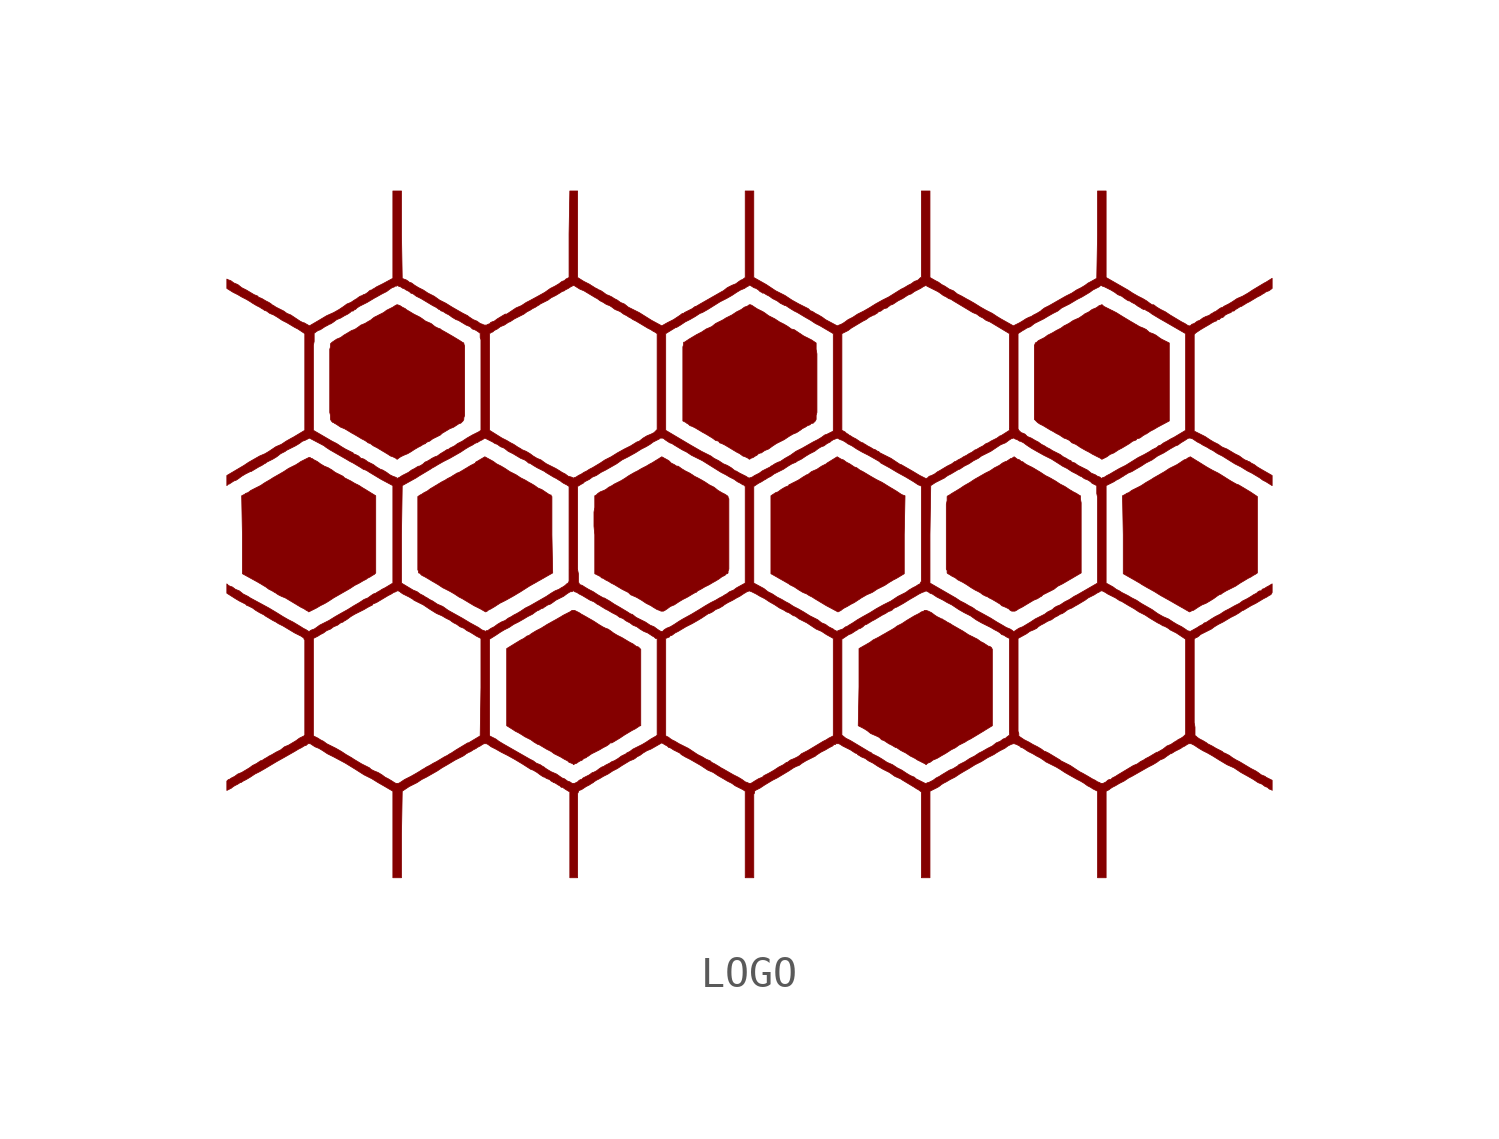
<source format=kicad_sym>
(kicad_symbol_lib
  (version 20220914)
  (generator kicad_symbol_editor)
  (symbol "LOGO"
    (pin_names
      (offset 1.016))
    (property "Reference" "#G"
      (at 0 -10.414 0)
      (effects (font (size 1.524 1.524)) hide))
    (symbol "LOGO_0_0"
      (polyline (pts (xy 14.453 -2.489) (xy 14.478 -2.489) (xy 14.63 -2.388) (xy 14.757 -2.311) (xy 14.884 -2.261) (xy 15.138 -2.108) (xy 15.24 -2.032) (xy 15.316 -1.981) (xy 15.392 -1.956) (xy 15.418 -1.93) (xy 15.545 -1.854) (xy 15.85 -1.702) (xy 16.002 -1.6) (xy 16.256 -1.448) (xy 16.358 -1.397) (xy 16.434 -1.346) (xy 16.485 -1.321) (xy 16.561 -1.27) (xy 16.561 1.219) (xy 16.332 1.372) (xy 15.951 1.6) (xy 15.875 1.626) (xy 15.697 1.727) (xy 15.291 1.981) (xy 15.088 2.083) (xy 14.91 2.184) (xy 14.376 2.515) (xy 14.275 2.464) (xy 14.249 2.438) (xy 14.173 2.413) (xy 13.945 2.261) (xy 13.691 2.134) (xy 13.538 2.032) (xy 13.183 1.829) (xy 13.106 1.778) (xy 12.929 1.676) (xy 12.776 1.575) (xy 12.471 1.422) (xy 12.37 1.346) (xy 12.294 1.321) (xy 12.268 1.295) (xy 12.167 1.245) (xy 12.192 -0.025) (xy 12.192 -1.295) (xy 12.725 -1.6) (xy 12.802 -1.651) (xy 12.979 -1.753) (xy 13.208 -1.88) (xy 13.411 -2.007) (xy 13.64 -2.134) (xy 14.351 -2.54) (xy 14.453 -2.489)) (stroke (width 0.025) (type solid)) (fill (type outline)))
      (polyline (pts (xy 2.997 -2.489) (xy 3.023 -2.464) (xy 3.099 -2.413) (xy 3.2 -2.362) (xy 3.327 -2.286) (xy 3.429 -2.235) (xy 3.658 -2.083) (xy 3.835 -1.981) (xy 4.013 -1.905) (xy 4.166 -1.803) (xy 4.42 -1.676) (xy 4.572 -1.575) (xy 4.699 -1.499) (xy 4.801 -1.448) (xy 5.055 -1.295) (xy 5.055 -0.025) (xy 5.08 1.245) (xy 5.004 1.27) (xy 4.953 1.295) (xy 4.801 1.397) (xy 4.547 1.549) (xy 4.343 1.676) (xy 4.14 1.778) (xy 3.962 1.88) (xy 3.708 2.032) (xy 3.607 2.083) (xy 3.505 2.159) (xy 3.429 2.184) (xy 3.277 2.286) (xy 3.175 2.337) (xy 3.073 2.413) (xy 2.997 2.438) (xy 2.87 2.515) (xy 2.54 2.311) (xy 2.515 2.286) (xy 2.362 2.21) (xy 2.21 2.108) (xy 2.032 2.032) (xy 1.905 1.93) (xy 1.88 1.93) (xy 1.753 1.854) (xy 1.6 1.753) (xy 1.295 1.6) (xy 1.295 1.575) (xy 1.168 1.524) (xy 1.041 1.448) (xy 0.94 1.372) (xy 0.864 1.346) (xy 0.711 1.245) (xy 0.711 -1.295) (xy 1.295 -1.626) (xy 1.321 -1.651) (xy 1.473 -1.727) (xy 1.626 -1.829) (xy 1.753 -1.905) (xy 1.88 -1.956) (xy 1.956 -2.007) (xy 2.057 -2.057) (xy 2.134 -2.108) (xy 2.515 -2.337) (xy 2.896 -2.54) (xy 2.997 -2.489)) (stroke (width 0.025) (type solid)) (fill (type outline)))
      (polyline (pts (xy -14.097 -2.413) (xy -13.97 -2.337) (xy -13.818 -2.261) (xy -13.691 -2.184) (xy -13.538 -2.083) (xy -13.005 -1.778) (xy -12.852 -1.676) (xy -12.7 -1.6) (xy -12.573 -1.524) (xy -12.471 -1.473) (xy -12.446 -1.448) (xy -12.344 -1.397) (xy -12.268 -1.346) (xy -12.217 -1.321) (xy -12.167 -1.27) (xy -12.167 1.245) (xy -12.624 1.524) (xy -12.7 1.575) (xy -12.852 1.651) (xy -12.979 1.727) (xy -13.183 1.829) (xy -13.233 1.88) (xy -13.487 2.007) (xy -13.589 2.083) (xy -13.716 2.159) (xy -13.843 2.21) (xy -13.97 2.286) (xy -14.072 2.362) (xy -14.173 2.413) (xy -14.249 2.464) (xy -14.275 2.464) (xy -14.3 2.489) (xy -14.351 2.489) (xy -14.605 2.362) (xy -14.757 2.261) (xy -15.011 2.134) (xy -15.164 2.032) (xy -15.519 1.829) (xy -15.596 1.778) (xy -15.773 1.676) (xy -15.926 1.575) (xy -16.231 1.422) (xy -16.332 1.346) (xy -16.408 1.321) (xy -16.434 1.295) (xy -16.535 1.245) (xy -16.51 -0.025) (xy -16.51 -1.295) (xy -16.002 -1.575) (xy -15.748 -1.727) (xy -15.646 -1.803) (xy -15.494 -1.88) (xy -15.469 -1.905) (xy -15.443 -1.905) (xy -15.418 -1.93) (xy -15.342 -1.981) (xy -15.24 -2.032) (xy -15.113 -2.083) (xy -14.605 -2.388) (xy -14.503 -2.438) (xy -14.427 -2.489) (xy -14.376 -2.515) (xy -14.351 -2.54) (xy -14.097 -2.413)) (stroke (width 0.025) (type solid)) (fill (type outline)))
      (polyline (pts (xy -8.534 -2.515) (xy -8.509 -2.489) (xy -8.407 -2.438) (xy -8.28 -2.362) (xy -8.128 -2.261) (xy -7.925 -2.159) (xy -7.696 -2.032) (xy -7.442 -1.88) (xy -7.163 -1.702) (xy -6.401 -1.27) (xy -6.426 -0.025) (xy -6.426 1.219) (xy -6.452 1.245) (xy -6.452 1.27) (xy -6.477 1.27) (xy -6.528 1.295) (xy -6.756 1.448) (xy -6.883 1.499) (xy -6.985 1.575) (xy -7.112 1.651) (xy -7.163 1.676) (xy -7.29 1.753) (xy -7.442 1.829) (xy -7.595 1.93) (xy -7.798 2.032) (xy -7.95 2.134) (xy -8.077 2.21) (xy -8.23 2.286) (xy -8.331 2.362) (xy -8.611 2.515) (xy -8.915 2.337) (xy -8.915 2.311) (xy -9.068 2.235) (xy -9.449 2.007) (xy -9.525 1.981) (xy -9.601 1.93) (xy -9.652 1.905) (xy -9.677 1.88) (xy -9.83 1.803) (xy -9.906 1.753) (xy -10.008 1.702) (xy -10.389 1.473) (xy -10.49 1.397) (xy -10.592 1.346) (xy -10.668 1.295) (xy -10.719 1.27) (xy -10.795 1.219) (xy -10.795 -1.168) (xy -10.77 -1.219) (xy -10.77 -1.27) (xy -10.744 -1.27) (xy -10.668 -1.346) (xy -10.566 -1.397) (xy -10.312 -1.549) (xy -10.135 -1.651) (xy -9.982 -1.753) (xy -9.779 -1.854) (xy -9.601 -1.956) (xy -9.449 -2.057) (xy -9.347 -2.108) (xy -8.966 -2.337) (xy -8.763 -2.438) (xy -8.585 -2.54) (xy -8.534 -2.515)) (stroke (width 0.025) (type solid)) (fill (type outline)))
      (polyline (pts (xy 5.817 -7.468) (xy 5.893 -7.442) (xy 5.994 -7.366) (xy 6.121 -7.315) (xy 6.248 -7.239) (xy 6.426 -7.137) (xy 6.579 -7.036) (xy 6.731 -6.96) (xy 6.833 -6.883) (xy 7.036 -6.782) (xy 7.112 -6.731) (xy 7.214 -6.68) (xy 7.468 -6.528) (xy 7.925 -6.248) (xy 7.925 -3.759) (xy 7.899 -3.708) (xy 7.874 -3.683) (xy 7.823 -3.658) (xy 7.798 -3.658) (xy 7.645 -3.556) (xy 7.544 -3.505) (xy 7.442 -3.429) (xy 7.137 -3.277) (xy 6.985 -3.175) (xy 6.629 -2.972) (xy 6.553 -2.921) (xy 6.452 -2.87) (xy 6.375 -2.819) (xy 6.325 -2.794) (xy 6.299 -2.794) (xy 6.299 -2.769) (xy 6.274 -2.769) (xy 6.121 -2.692) (xy 6.045 -2.642) (xy 5.944 -2.565) (xy 5.842 -2.515) (xy 5.766 -2.489) (xy 5.715 -2.489) (xy 5.69 -2.515) (xy 5.613 -2.54) (xy 5.537 -2.591) (xy 5.385 -2.667) (xy 5.131 -2.819) (xy 4.978 -2.921) (xy 4.826 -2.997) (xy 4.724 -3.073) (xy 4.191 -3.378) (xy 4.039 -3.454) (xy 3.937 -3.531) (xy 3.581 -3.734) (xy 3.581 -4.978) (xy 3.556 -6.248) (xy 3.708 -6.325) (xy 3.835 -6.401) (xy 3.962 -6.502) (xy 4.14 -6.579) (xy 4.242 -6.629) (xy 4.318 -6.706) (xy 4.394 -6.731) (xy 4.547 -6.833) (xy 4.648 -6.883) (xy 4.775 -6.96) (xy 4.801 -6.96) (xy 4.953 -7.061) (xy 5.105 -7.137) (xy 5.258 -7.239) (xy 5.41 -7.315) (xy 5.486 -7.366) (xy 5.74 -7.493) (xy 5.766 -7.518) (xy 5.817 -7.468)) (stroke (width 0.025) (type solid)) (fill (type outline)))
      (polyline (pts (xy 8.712 -2.489) (xy 8.788 -2.438) (xy 8.89 -2.388) (xy 9.271 -2.159) (xy 9.398 -2.108) (xy 9.474 -2.057) (xy 9.525 -2.032) (xy 9.576 -1.981) (xy 9.931 -1.803) (xy 10.058 -1.702) (xy 10.211 -1.626) (xy 10.82 -1.27) (xy 10.82 1.016) (xy 10.795 1.143) (xy 10.795 1.245) (xy 10.744 1.27) (xy 10.668 1.321) (xy 10.566 1.372) (xy 10.439 1.448) (xy 10.287 1.549) (xy 10.135 1.626) (xy 9.982 1.727) (xy 9.804 1.829) (xy 9.652 1.905) (xy 9.5 2.007) (xy 9.246 2.159) (xy 9.042 2.261) (xy 8.966 2.311) (xy 8.941 2.337) (xy 8.89 2.362) (xy 8.865 2.362) (xy 8.814 2.413) (xy 8.738 2.438) (xy 8.636 2.515) (xy 8.56 2.464) (xy 8.534 2.464) (xy 8.382 2.362) (xy 8.357 2.362) (xy 8.255 2.311) (xy 8.153 2.235) (xy 8.001 2.159) (xy 7.849 2.057) (xy 7.696 1.981) (xy 7.341 1.778) (xy 7.188 1.676) (xy 7.01 1.575) (xy 6.858 1.473) (xy 6.604 1.321) (xy 6.528 1.27) (xy 6.477 1.245) (xy 6.452 1.219) (xy 6.452 1.092) (xy 6.426 0.965) (xy 6.426 -1.143) (xy 6.452 -1.194) (xy 6.452 -1.27) (xy 6.477 -1.295) (xy 6.528 -1.321) (xy 6.604 -1.372) (xy 6.706 -1.422) (xy 6.807 -1.499) (xy 6.96 -1.575) (xy 7.087 -1.651) (xy 7.239 -1.753) (xy 7.366 -1.829) (xy 7.518 -1.905) (xy 7.62 -1.981) (xy 7.722 -2.032) (xy 7.747 -2.032) (xy 7.823 -2.083) (xy 7.925 -2.134) (xy 8.179 -2.286) (xy 8.23 -2.337) (xy 8.357 -2.388) (xy 8.458 -2.438) (xy 8.509 -2.489) (xy 8.56 -2.515) (xy 8.661 -2.515) (xy 8.712 -2.489)) (stroke (width 0.025) (type solid)) (fill (type outline)))
      (polyline (pts (xy -5.69 -7.493) (xy -5.613 -7.468) (xy -5.588 -7.442) (xy -5.537 -7.417) (xy -5.512 -7.391) (xy -5.486 -7.391) (xy -5.436 -7.366) (xy -5.385 -7.315) (xy -5.309 -7.29) (xy -5.258 -7.239) (xy -5.232 -7.239) (xy -5.207 -7.214) (xy -5.131 -7.163) (xy -4.877 -7.036) (xy -4.75 -6.96) (xy -4.648 -6.909) (xy -4.572 -6.858) (xy -4.521 -6.807) (xy -4.47 -6.807) (xy -4.216 -6.655) (xy -4.064 -6.553) (xy -3.81 -6.401) (xy -3.708 -6.35) (xy -3.556 -6.248) (xy -3.531 -6.248) (xy -3.531 -3.759) (xy -3.607 -3.683) (xy -3.683 -3.658) (xy -3.785 -3.581) (xy -3.886 -3.531) (xy -4.14 -3.378) (xy -4.293 -3.302) (xy -4.42 -3.226) (xy -4.521 -3.15) (xy -4.597 -3.099) (xy -4.674 -3.073) (xy -4.775 -3.023) (xy -4.902 -2.946) (xy -5.055 -2.845) (xy -5.41 -2.642) (xy -5.461 -2.616) (xy -5.537 -2.565) (xy -5.69 -2.489) (xy -5.766 -2.489) (xy -5.842 -2.54) (xy -6.045 -2.642) (xy -6.172 -2.718) (xy -6.35 -2.819) (xy -6.579 -2.946) (xy -6.782 -3.073) (xy -6.934 -3.15) (xy -7.061 -3.226) (xy -7.137 -3.277) (xy -7.163 -3.302) (xy -7.239 -3.327) (xy -7.341 -3.404) (xy -7.442 -3.454) (xy -7.569 -3.531) (xy -7.899 -3.734) (xy -7.899 -6.248) (xy -7.696 -6.375) (xy -7.62 -6.426) (xy -7.518 -6.477) (xy -7.391 -6.553) (xy -7.315 -6.604) (xy -7.112 -6.706) (xy -7.01 -6.782) (xy -6.883 -6.858) (xy -6.858 -6.858) (xy -6.604 -7.01) (xy -6.452 -7.087) (xy -6.35 -7.163) (xy -6.147 -7.264) (xy -6.02 -7.341) (xy -5.918 -7.391) (xy -5.867 -7.442) (xy -5.791 -7.468) (xy -5.74 -7.493) (xy -5.715 -7.518) (xy -5.69 -7.493)) (stroke (width 0.025) (type solid)) (fill (type outline)))
      (polyline (pts (xy 11.659 2.515) (xy 11.76 2.591) (xy 11.887 2.642) (xy 12.04 2.743) (xy 12.141 2.794) (xy 12.395 2.946) (xy 12.497 3.023) (xy 12.573 3.048) (xy 12.624 3.073) (xy 12.624 3.099) (xy 12.725 3.124) (xy 12.802 3.175) (xy 12.827 3.2) (xy 12.878 3.226) (xy 12.903 3.251) (xy 12.929 3.251) (xy 13.081 3.353) (xy 13.183 3.404) (xy 13.31 3.48) (xy 13.691 3.683) (xy 13.691 6.223) (xy 13.437 6.35) (xy 13.36 6.401) (xy 13.259 6.477) (xy 13.157 6.528) (xy 13.081 6.553) (xy 13.03 6.579) (xy 12.979 6.629) (xy 12.954 6.629) (xy 12.954 6.655) (xy 12.852 6.706) (xy 12.725 6.756) (xy 12.421 6.934) (xy 12.167 7.087) (xy 11.963 7.214) (xy 11.557 7.417) (xy 11.506 7.468) (xy 11.481 7.468) (xy 11.43 7.442) (xy 11.405 7.442) (xy 11.379 7.417) (xy 11.303 7.366) (xy 11.176 7.315) (xy 11.074 7.239) (xy 10.922 7.163) (xy 10.897 7.137) (xy 10.744 7.036) (xy 10.566 6.96) (xy 10.414 6.858) (xy 10.262 6.782) (xy 10.16 6.706) (xy 10.008 6.629) (xy 9.881 6.553) (xy 9.728 6.477) (xy 9.627 6.401) (xy 9.423 6.299) (xy 9.373 6.248) (xy 9.322 6.223) (xy 9.322 6.198) (xy 9.296 6.147) (xy 9.296 3.734) (xy 9.398 3.632) (xy 9.474 3.581) (xy 9.576 3.531) (xy 9.83 3.378) (xy 9.881 3.353) (xy 10.008 3.277) (xy 10.109 3.226) (xy 10.262 3.124) (xy 10.338 3.099) (xy 10.439 3.048) (xy 10.516 2.972) (xy 10.643 2.921) (xy 10.795 2.819) (xy 10.973 2.718) (xy 11.074 2.667) (xy 11.201 2.591) (xy 11.455 2.464) (xy 11.481 2.438) (xy 11.506 2.438) (xy 11.659 2.515)) (stroke (width 0.025) (type solid)) (fill (type outline)))
      (polyline (pts (xy 0.051 2.464) (xy 0.127 2.489) (xy 0.203 2.54) (xy 0.254 2.565) (xy 0.305 2.616) (xy 0.381 2.642) (xy 0.406 2.642) (xy 0.432 2.667) (xy 0.508 2.718) (xy 0.635 2.769) (xy 0.737 2.845) (xy 0.889 2.946) (xy 1.143 3.073) (xy 1.295 3.175) (xy 1.422 3.251) (xy 1.549 3.302) (xy 1.702 3.404) (xy 1.727 3.429) (xy 1.829 3.48) (xy 1.905 3.531) (xy 1.981 3.556) (xy 2.032 3.607) (xy 2.083 3.607) (xy 2.159 3.683) (xy 2.184 3.734) (xy 2.184 3.861) (xy 2.21 3.962) (xy 2.21 5.867) (xy 2.184 6.02) (xy 2.184 6.223) (xy 2.032 6.325) (xy 1.778 6.452) (xy 1.473 6.655) (xy 1.372 6.68) (xy 1.27 6.756) (xy 1.143 6.833) (xy 0.991 6.909) (xy 0.838 7.01) (xy 0.635 7.112) (xy 0.533 7.188) (xy 0.457 7.239) (xy 0.254 7.341) (xy 0.102 7.442) (xy 0.051 7.468) (xy 0 7.468) (xy -0.025 7.442) (xy -0.076 7.417) (xy -0.152 7.391) (xy -0.254 7.315) (xy -0.406 7.239) (xy -0.559 7.137) (xy -0.762 7.036) (xy -0.838 6.985) (xy -1.092 6.858) (xy -1.219 6.756) (xy -1.397 6.68) (xy -1.549 6.579) (xy -1.702 6.502) (xy -1.956 6.35) (xy -2.108 6.248) (xy -2.134 6.248) (xy -2.134 6.172) (xy -2.159 6.096) (xy -2.159 3.683) (xy -2.057 3.632) (xy -2.032 3.607) (xy -1.981 3.581) (xy -1.93 3.531) (xy -1.854 3.505) (xy -1.753 3.454) (xy -1.499 3.302) (xy -1.448 3.277) (xy -1.194 3.124) (xy -1.092 3.048) (xy -0.991 3.023) (xy -0.965 2.972) (xy -0.889 2.946) (xy -0.787 2.896) (xy -0.406 2.667) (xy -0.305 2.616) (xy -0.203 2.54) (xy -0.127 2.515) (xy -0.025 2.464) (xy 0 2.438) (xy 0.025 2.438) (xy 0.051 2.464)) (stroke (width 0.025) (type solid)) (fill (type outline)))
      (polyline (pts (xy -2.743 -2.489) (xy -2.667 -2.438) (xy -2.565 -2.362) (xy -2.438 -2.311) (xy -2.286 -2.21) (xy -2.159 -2.134) (xy -2.007 -2.057) (xy -1.753 -1.905) (xy -1.727 -1.905) (xy -1.676 -1.854) (xy -1.575 -1.803) (xy -1.448 -1.727) (xy -1.295 -1.651) (xy -1.168 -1.575) (xy -1.118 -1.549) (xy -0.991 -1.473) (xy -0.889 -1.397) (xy -0.787 -1.346) (xy -0.737 -1.295) (xy -0.711 -1.295) (xy -0.686 -1.27) (xy -0.686 -1.219) (xy -0.66 -1.143) (xy -0.66 1.143) (xy -0.686 1.194) (xy -0.686 1.219) (xy -0.711 1.245) (xy -0.787 1.295) (xy -0.889 1.346) (xy -1.016 1.422) (xy -1.143 1.524) (xy -1.295 1.6) (xy -1.448 1.702) (xy -1.626 1.803) (xy -1.778 1.88) (xy -1.93 1.981) (xy -2.083 2.057) (xy -2.21 2.134) (xy -2.311 2.21) (xy -2.362 2.21) (xy -2.438 2.261) (xy -2.54 2.311) (xy -2.616 2.388) (xy -2.845 2.515) (xy -3.175 2.311) (xy -3.226 2.286) (xy -3.353 2.21) (xy -3.505 2.134) (xy -3.632 2.057) (xy -3.734 2.007) (xy -3.912 1.905) (xy -4.064 1.803) (xy -4.191 1.727) (xy -4.394 1.626) (xy -4.47 1.575) (xy -4.572 1.524) (xy -4.674 1.448) (xy -4.724 1.422) (xy -4.851 1.372) (xy -4.928 1.321) (xy -4.978 1.27) (xy -5.029 1.245) (xy -5.029 0.864) (xy -5.055 0.711) (xy -5.055 0.254) (xy -5.029 -0.025) (xy -5.029 -1.295) (xy -4.826 -1.397) (xy -4.826 -1.422) (xy -4.75 -1.448) (xy -4.674 -1.499) (xy -4.572 -1.549) (xy -4.496 -1.6) (xy -4.394 -1.651) (xy -4.14 -1.803) (xy -3.937 -1.905) (xy -3.861 -1.981) (xy -3.683 -2.057) (xy -3.505 -2.159) (xy -3.353 -2.261) (xy -3.2 -2.337) (xy -3.124 -2.388) (xy -2.997 -2.464) (xy -2.921 -2.489) (xy -2.87 -2.515) (xy -2.794 -2.515) (xy -2.743 -2.489)) (stroke (width 0.025) (type solid)) (fill (type outline)))
      (polyline (pts (xy -11.43 2.464) (xy -11.354 2.515) (xy -11.252 2.565) (xy -11.125 2.616) (xy -10.998 2.692) (xy -10.922 2.743) (xy -10.795 2.819) (xy -10.693 2.87) (xy -10.617 2.921) (xy -10.541 2.946) (xy -10.541 2.972) (xy -10.516 2.972) (xy -10.49 2.997) (xy -10.414 3.023) (xy -10.312 3.099) (xy -10.058 3.226) (xy -10.008 3.277) (xy -9.754 3.429) (xy -9.627 3.48) (xy -9.474 3.581) (xy -9.423 3.607) (xy -9.398 3.607) (xy -9.322 3.683) (xy -9.296 3.734) (xy -9.296 3.785) (xy -9.271 3.861) (xy -9.271 6.121) (xy -9.296 6.198) (xy -9.296 6.223) (xy -9.347 6.248) (xy -9.423 6.299) (xy -9.677 6.452) (xy -10.033 6.655) (xy -10.058 6.68) (xy -10.135 6.706) (xy -10.236 6.756) (xy -10.363 6.858) (xy -10.541 6.934) (xy -10.719 7.061) (xy -10.922 7.163) (xy -11.176 7.315) (xy -11.201 7.341) (xy -11.303 7.391) (xy -11.379 7.442) (xy -11.455 7.468) (xy -11.481 7.468) (xy -11.532 7.442) (xy -11.608 7.391) (xy -11.811 7.29) (xy -11.913 7.214) (xy -12.217 7.061) (xy -12.344 6.96) (xy -12.395 6.934) (xy -12.522 6.858) (xy -12.649 6.807) (xy -12.751 6.731) (xy -12.827 6.68) (xy -12.878 6.655) (xy -12.954 6.629) (xy -13.208 6.477) (xy -13.31 6.401) (xy -13.437 6.35) (xy -13.589 6.248) (xy -13.64 6.198) (xy -13.64 6.096) (xy -13.665 6.02) (xy -13.665 3.962) (xy -13.64 3.861) (xy -13.64 3.734) (xy -13.614 3.683) (xy -13.564 3.632) (xy -13.538 3.632) (xy -13.513 3.607) (xy -13.462 3.581) (xy -13.31 3.48) (xy -13.183 3.429) (xy -12.929 3.277) (xy -12.878 3.251) (xy -12.624 3.099) (xy -12.522 3.048) (xy -12.446 2.997) (xy -12.421 2.972) (xy -12.344 2.946) (xy -12.243 2.87) (xy -12.141 2.819) (xy -11.76 2.591) (xy -11.684 2.54) (xy -11.608 2.515) (xy -11.506 2.464) (xy -11.481 2.438) (xy -11.455 2.438) (xy -11.43 2.464)) (stroke (width 0.025) (type solid)) (fill (type outline)))
      (polyline (pts (xy -11.328 -9.804) (xy -11.303 -8.382) (xy -11.074 -8.23) (xy -10.82 -8.103) (xy -10.668 -8.001) (xy -10.516 -7.925) (xy -10.16 -7.722) (xy -10.008 -7.62) (xy -9.83 -7.518) (xy -9.576 -7.366) (xy -9.322 -7.239) (xy -9.246 -7.188) (xy -9.22 -7.163) (xy -9.169 -7.137) (xy -9.144 -7.112) (xy -9.119 -7.112) (xy -9.068 -7.087) (xy -8.992 -7.036) (xy -8.89 -6.985) (xy -8.865 -6.96) (xy -8.763 -6.909) (xy -8.687 -6.858) (xy -8.636 -6.833) (xy -8.56 -6.833) (xy -8.509 -6.858) (xy -8.407 -6.934) (xy -8.255 -7.01) (xy -8.077 -7.112) (xy -7.874 -7.214) (xy -7.645 -7.341) (xy -7.391 -7.493) (xy -7.112 -7.671) (xy -7.036 -7.696) (xy -6.909 -7.772) (xy -6.807 -7.849) (xy -6.731 -7.899) (xy -6.68 -7.925) (xy -6.655 -7.925) (xy -6.629 -7.95) (xy -6.579 -7.976) (xy -6.502 -8.001) (xy -6.452 -8.052) (xy -6.401 -8.077) (xy -6.375 -8.103) (xy -6.35 -8.103) (xy -6.299 -8.128) (xy -6.223 -8.179) (xy -6.172 -8.204) (xy -6.121 -8.255) (xy -6.071 -8.255) (xy -6.045 -8.28) (xy -5.969 -8.331) (xy -5.842 -8.407) (xy -5.842 -11.201) (xy -5.588 -11.201) (xy -5.588 -8.458) (xy -5.563 -8.407) (xy -5.563 -8.382) (xy -5.537 -8.357) (xy -5.461 -8.331) (xy -5.309 -8.23) (xy -5.207 -8.179) (xy -5.131 -8.128) (xy -5.08 -8.103) (xy -5.055 -8.077) (xy -4.978 -8.026) (xy -4.877 -7.976) (xy -4.75 -7.899) (xy -4.597 -7.823) (xy -4.445 -7.722) (xy -4.293 -7.645) (xy -4.14 -7.544) (xy -3.886 -7.391) (xy -3.759 -7.341) (xy -3.683 -7.29) (xy -3.658 -7.264) (xy -3.556 -7.214) (xy -3.454 -7.137) (xy -3.327 -7.061) (xy -3.2 -7.01) (xy -2.845 -6.807) (xy -2.718 -6.883) (xy -2.667 -6.909) (xy -2.616 -6.96) (xy -2.591 -6.96) (xy -2.54 -6.985) (xy -2.464 -7.036) (xy -2.261 -7.137) (xy -2.21 -7.188) (xy -2.083 -7.264) (xy -1.93 -7.341) (xy -1.575 -7.544) (xy -1.346 -7.696) (xy -1.168 -7.772) (xy -1.016 -7.874) (xy -0.838 -7.976) (xy -0.711 -8.052) (xy -0.559 -8.128) (xy -0.457 -8.204) (xy -0.203 -8.331) (xy -0.127 -8.382) (xy -0.127 -11.201) (xy 0.152 -11.201) (xy 0.152 -8.484) (xy 0.178 -8.433) (xy 0.178 -8.382) (xy 0.203 -8.357) (xy 0.356 -8.28) (xy 0.508 -8.179) (xy 0.762 -8.026) (xy 0.914 -7.95) (xy 1.295 -7.722) (xy 1.448 -7.62) (xy 1.549 -7.569) (xy 1.626 -7.544) (xy 1.727 -7.468) (xy 1.854 -7.391) (xy 2.159 -7.239) (xy 2.184 -7.214) (xy 2.337 -7.112) (xy 2.489 -7.036) (xy 2.616 -6.96) (xy 2.718 -6.909) (xy 2.769 -6.858) (xy 2.819 -6.858) (xy 2.819 -6.833) (xy 2.921 -6.833) (xy 2.972 -6.858) (xy 3.048 -6.909) (xy 3.302 -7.036) (xy 3.454 -7.137) (xy 3.531 -7.163) (xy 3.531 -7.188) (xy 3.581 -7.214) (xy 3.658 -7.264) (xy 3.785 -7.315) (xy 3.886 -7.391) (xy 4.039 -7.468) (xy 4.191 -7.569) (xy 4.369 -7.671) (xy 4.572 -7.772) (xy 4.75 -7.899) (xy 4.928 -7.976) (xy 5.004 -8.026) (xy 5.385 -8.255) (xy 5.461 -8.306) (xy 5.512 -8.331) (xy 5.613 -8.407) (xy 5.613 -11.201) (xy 5.893 -11.201) (xy 5.893 -8.382) (xy 6.147 -8.255) (xy 6.223 -8.204) (xy 6.248 -8.179) (xy 6.325 -8.128) (xy 6.426 -8.077) (xy 6.553 -8.001) (xy 6.706 -7.925) (xy 6.858 -7.823) (xy 6.985 -7.747) (xy 7.163 -7.645) (xy 7.366 -7.518) (xy 7.569 -7.417) (xy 7.772 -7.29) (xy 7.976 -7.188) (xy 8.052 -7.137) (xy 8.179 -7.061) (xy 8.331 -6.985) (xy 8.433 -6.909) (xy 8.534 -6.858) (xy 8.611 -6.833) (xy 8.636 -6.833) (xy 8.712 -6.858) (xy 8.814 -6.909) (xy 8.865 -6.96) (xy 8.89 -6.96) (xy 8.941 -6.985) (xy 9.093 -7.087) (xy 9.246 -7.163) (xy 9.373 -7.239) (xy 9.474 -7.29) (xy 9.627 -7.391) (xy 9.652 -7.417) (xy 10.008 -7.595) (xy 10.135 -7.671) (xy 10.287 -7.772) (xy 10.465 -7.874) (xy 10.693 -8.001) (xy 10.795 -8.052) (xy 10.922 -8.128) (xy 11.024 -8.204) (xy 11.125 -8.255) (xy 11.201 -8.306) (xy 11.354 -8.382) (xy 11.354 -11.201) (xy 11.633 -11.201) (xy 11.633 -8.382) (xy 11.735 -8.331) (xy 11.76 -8.306) (xy 11.836 -8.255) (xy 11.938 -8.204) (xy 12.065 -8.128) (xy 12.217 -8.052) (xy 12.37 -7.95) (xy 12.471 -7.899) (xy 13.005 -7.595) (xy 13.157 -7.518) (xy 13.284 -7.442) (xy 13.386 -7.366) (xy 13.513 -7.315) (xy 13.614 -7.239) (xy 13.691 -7.188) (xy 13.716 -7.163) (xy 13.741 -7.163) (xy 13.792 -7.137) (xy 13.868 -7.087) (xy 14.072 -6.985) (xy 14.097 -6.96) (xy 14.199 -6.909) (xy 14.275 -6.858) (xy 14.326 -6.833) (xy 14.402 -6.833) (xy 14.503 -6.883) (xy 14.656 -6.985) (xy 14.783 -7.061) (xy 14.935 -7.137) (xy 15.113 -7.239) (xy 15.316 -7.366) (xy 15.57 -7.518) (xy 15.799 -7.62) (xy 16.027 -7.772) (xy 16.256 -7.899) (xy 16.434 -8.001) (xy 16.586 -8.103) (xy 16.713 -8.153) (xy 16.815 -8.23) (xy 16.891 -8.255) (xy 16.942 -8.306) (xy 16.993 -8.331) (xy 17.018 -8.331) (xy 17.043 -8.357) (xy 17.043 -8.026) (xy 16.84 -7.925) (xy 16.815 -7.899) (xy 16.688 -7.849) (xy 16.586 -7.772) (xy 16.51 -7.722) (xy 16.358 -7.645) (xy 15.977 -7.417) (xy 15.875 -7.366) (xy 15.748 -7.29) (xy 15.646 -7.214) (xy 15.494 -7.137) (xy 15.469 -7.137) (xy 15.418 -7.087) (xy 15.215 -6.985) (xy 15.088 -6.909) (xy 14.935 -6.833) (xy 14.91 -6.807) (xy 14.783 -6.731) (xy 14.681 -6.68) (xy 14.605 -6.629) (xy 14.554 -6.579) (xy 14.529 -6.579) (xy 14.529 -6.299) (xy 14.503 -6.147) (xy 14.503 -3.429) (xy 14.554 -3.378) (xy 14.58 -3.378) (xy 14.656 -3.327) (xy 14.707 -3.277) (xy 15.062 -3.099) (xy 15.164 -3.023) (xy 15.291 -2.946) (xy 15.443 -2.87) (xy 15.697 -2.718) (xy 15.85 -2.642) (xy 15.977 -2.565) (xy 16.078 -2.489) (xy 16.104 -2.489) (xy 16.358 -2.337) (xy 16.51 -2.261) (xy 16.764 -2.108) (xy 16.866 -2.057) (xy 16.942 -2.007) (xy 16.993 -1.981) (xy 17.018 -1.956) (xy 17.043 -1.905) (xy 17.043 -1.626) (xy 16.916 -1.702) (xy 16.866 -1.727) (xy 16.789 -1.778) (xy 16.713 -1.803) (xy 16.713 -1.829) (xy 16.688 -1.854) (xy 16.637 -1.854) (xy 16.586 -1.88) (xy 16.535 -1.93) (xy 16.434 -1.981) (xy 16.358 -2.032) (xy 16.231 -2.108) (xy 16.078 -2.184) (xy 15.977 -2.261) (xy 15.824 -2.337) (xy 15.646 -2.438) (xy 15.494 -2.515) (xy 15.342 -2.616) (xy 15.189 -2.692) (xy 15.062 -2.769) (xy 14.91 -2.87) (xy 14.859 -2.896) (xy 14.834 -2.896) (xy 14.783 -2.946) (xy 14.681 -2.997) (xy 14.605 -3.048) (xy 14.376 -3.175) (xy 14.275 -3.15) (xy 14.249 -3.124) (xy 14.097 -3.023) (xy 13.945 -2.946) (xy 13.818 -2.87) (xy 13.665 -2.769) (xy 13.487 -2.692) (xy 13.31 -2.591) (xy 13.132 -2.464) (xy 12.776 -2.261) (xy 12.624 -2.159) (xy 12.471 -2.083) (xy 12.344 -2.007) (xy 12.141 -1.905) (xy 12.065 -1.854) (xy 11.963 -1.803) (xy 11.862 -1.727) (xy 11.633 -1.6) (xy 11.633 1.575) (xy 11.887 1.702) (xy 11.963 1.753) (xy 12.065 1.803) (xy 12.141 1.854) (xy 12.192 1.88) (xy 12.217 1.905) (xy 12.268 1.93) (xy 12.344 1.981) (xy 12.471 2.032) (xy 12.598 2.108) (xy 12.776 2.21) (xy 12.929 2.311) (xy 13.132 2.413) (xy 13.31 2.54) (xy 13.513 2.642) (xy 13.716 2.769) (xy 13.894 2.87) (xy 13.97 2.896) (xy 14.072 2.972) (xy 14.199 3.048) (xy 14.275 3.099) (xy 14.326 3.124) (xy 14.376 3.124) (xy 14.453 3.099) (xy 14.605 2.997) (xy 14.707 2.946) (xy 14.783 2.896) (xy 14.935 2.819) (xy 15.011 2.769) (xy 15.113 2.718) (xy 15.265 2.616) (xy 15.418 2.54) (xy 15.824 2.286) (xy 16.027 2.184) (xy 16.231 2.057) (xy 16.383 1.981) (xy 16.637 1.829) (xy 16.739 1.753) (xy 16.84 1.702) (xy 17.043 1.575) (xy 17.043 1.905) (xy 16.688 2.108) (xy 16.561 2.184) (xy 16.459 2.261) (xy 16.358 2.311) (xy 16.332 2.337) (xy 16.281 2.362) (xy 16.256 2.362) (xy 16.231 2.388) (xy 16.154 2.413) (xy 16.078 2.464) (xy 15.977 2.54) (xy 15.824 2.616) (xy 15.57 2.769) (xy 15.443 2.819) (xy 15.392 2.845) (xy 15.291 2.921) (xy 15.138 2.997) (xy 15.011 3.073) (xy 14.859 3.175) (xy 14.503 3.353) (xy 14.503 6.502) (xy 14.554 6.553) (xy 14.707 6.655) (xy 14.834 6.731) (xy 15.011 6.833) (xy 15.088 6.883) (xy 15.189 6.934) (xy 15.215 6.934) (xy 15.265 6.985) (xy 15.316 6.985) (xy 15.367 7.036) (xy 15.443 7.061) (xy 15.519 7.137) (xy 15.621 7.188) (xy 15.697 7.214) (xy 15.748 7.264) (xy 15.799 7.264) (xy 15.85 7.315) (xy 15.9 7.341) (xy 15.977 7.391) (xy 16.027 7.417) (xy 16.053 7.417) (xy 16.078 7.442) (xy 16.129 7.468) (xy 16.205 7.518) (xy 16.307 7.569) (xy 16.561 7.722) (xy 16.662 7.772) (xy 16.739 7.823) (xy 16.789 7.849) (xy 16.815 7.874) (xy 16.866 7.899) (xy 16.942 7.925) (xy 17.043 8.001) (xy 17.043 8.331) (xy 16.84 8.204) (xy 16.789 8.179) (xy 16.408 7.95) (xy 16.256 7.849) (xy 16.078 7.747) (xy 15.9 7.671) (xy 15.748 7.569) (xy 15.621 7.493) (xy 15.469 7.417) (xy 15.443 7.391) (xy 15.367 7.366) (xy 15.291 7.315) (xy 15.189 7.239) (xy 15.164 7.239) (xy 15.088 7.188) (xy 15.037 7.163) (xy 15.011 7.137) (xy 14.961 7.112) (xy 14.884 7.087) (xy 14.783 7.036) (xy 14.681 6.96) (xy 14.605 6.934) (xy 14.503 6.858) (xy 14.427 6.833) (xy 14.376 6.782) (xy 14.326 6.782) (xy 14.275 6.807) (xy 14.199 6.858) (xy 14.097 6.909) (xy 13.716 7.137) (xy 13.564 7.239) (xy 13.411 7.315) (xy 13.284 7.391) (xy 13.183 7.468) (xy 13.132 7.468) (xy 13.056 7.518) (xy 12.954 7.595) (xy 12.827 7.671) (xy 12.675 7.747) (xy 12.497 7.849) (xy 12.344 7.95) (xy 11.633 8.357) (xy 11.633 11.176) (xy 11.354 11.176) (xy 11.354 9.754) (xy 11.328 8.331) (xy 11.1 8.204) (xy 11.049 8.179) (xy 10.947 8.103) (xy 10.82 8.026) (xy 10.668 7.95) (xy 10.516 7.849) (xy 10.312 7.747) (xy 9.779 7.442) (xy 9.627 7.366) (xy 9.525 7.29) (xy 9.5 7.264) (xy 9.373 7.188) (xy 9.271 7.137) (xy 9.195 7.087) (xy 9.119 7.061) (xy 9.017 7.01) (xy 8.941 6.96) (xy 8.814 6.883) (xy 8.611 6.782) (xy 8.204 7.01) (xy 8.077 7.087) (xy 7.925 7.188) (xy 7.722 7.29) (xy 7.544 7.391) (xy 7.341 7.518) (xy 7.163 7.62) (xy 7.112 7.645) (xy 6.934 7.747) (xy 6.782 7.823) (xy 6.655 7.925) (xy 6.528 7.976) (xy 6.375 8.077) (xy 6.274 8.128) (xy 6.172 8.204) (xy 6.071 8.255) (xy 5.893 8.357) (xy 5.893 11.176) (xy 5.613 11.176) (xy 5.613 8.357) (xy 5.588 8.357) (xy 5.512 8.28) (xy 5.461 8.255) (xy 5.385 8.23) (xy 5.283 8.153) (xy 5.182 8.103) (xy 5.055 8.026) (xy 4.953 7.976) (xy 4.547 7.722) (xy 4.343 7.62) (xy 4.115 7.493) (xy 3.912 7.366) (xy 3.734 7.264) (xy 3.531 7.163) (xy 3.378 7.061) (xy 3.226 6.985) (xy 3.124 6.909) (xy 3.048 6.858) (xy 2.997 6.833) (xy 2.87 6.782) (xy 2.489 6.985) (xy 2.388 7.061) (xy 2.261 7.137) (xy 2.159 7.188) (xy 2.083 7.239) (xy 2.032 7.264) (xy 2.007 7.264) (xy 1.93 7.341) (xy 1.626 7.493) (xy 1.397 7.62) (xy 1.168 7.772) (xy 0.864 7.925) (xy 0.559 8.128) (xy 0.152 8.357) (xy 0.152 11.176) (xy -0.127 11.176) (xy -0.127 8.357) (xy -0.229 8.28) (xy -0.254 8.28) (xy -0.33 8.23) (xy -0.432 8.153) (xy -0.559 8.103) (xy -0.711 8.026) (xy -0.838 7.925) (xy -0.889 7.899) (xy -1.6 7.493) (xy -1.727 7.417) (xy -1.753 7.417) (xy -1.854 7.341) (xy -2.108 7.214) (xy -2.134 7.188) (xy -2.159 7.188) (xy -2.21 7.163) (xy -2.235 7.137) (xy -2.464 6.985) (xy -2.667 6.883) (xy -2.845 6.782) (xy -3.175 6.96) (xy -3.581 7.214) (xy -3.937 7.391) (xy -4.064 7.493) (xy -4.191 7.544) (xy -4.293 7.62) (xy -4.394 7.671) (xy -4.47 7.722) (xy -4.572 7.772) (xy -4.648 7.798) (xy -4.75 7.874) (xy -4.826 7.925) (xy -4.877 7.95) (xy -4.902 7.95) (xy -4.928 7.976) (xy -5.029 8.026) (xy -5.105 8.077) (xy -5.156 8.103) (xy -5.182 8.128) (xy -5.385 8.23) (xy -5.588 8.357) (xy -5.588 11.176) (xy -5.842 11.176) (xy -5.867 9.779) (xy -5.867 8.357) (xy -5.969 8.306) (xy -6.02 8.255) (xy -6.096 8.23) (xy -6.198 8.153) (xy -6.325 8.077) (xy -6.477 8.001) (xy -6.655 7.874) (xy -6.883 7.747) (xy -7.163 7.595) (xy -7.264 7.544) (xy -7.417 7.442) (xy -7.595 7.366) (xy -7.899 7.163) (xy -7.95 7.163) (xy -8.204 7.01) (xy -8.306 6.934) (xy -8.382 6.909) (xy -8.433 6.883) (xy -8.433 6.858) (xy -8.509 6.833) (xy -8.56 6.807) (xy -8.56 6.782) (xy -8.585 6.807) (xy -8.636 6.807) (xy -8.687 6.833) (xy -8.763 6.858) (xy -8.865 6.934) (xy -8.992 6.985) (xy -9.144 7.087) (xy -9.169 7.112) (xy -9.322 7.188) (xy -9.677 7.391) (xy -9.881 7.518) (xy -10.084 7.62) (xy -10.262 7.747) (xy -10.465 7.849) (xy -10.617 7.95) (xy -10.77 8.026) (xy -10.897 8.103) (xy -10.998 8.179) (xy -11.074 8.204) (xy -11.1 8.23) (xy -11.176 8.28) (xy -11.252 8.306) (xy -11.303 8.331) (xy -11.328 9.754) (xy -11.328 11.176) (xy -11.608 11.176) (xy -11.608 8.331) (xy -11.938 8.153) (xy -12.141 8.052) (xy -12.217 8.001) (xy -12.268 7.976) (xy -12.294 7.95) (xy -12.319 7.95) (xy -12.37 7.925) (xy -12.421 7.874) (xy -12.497 7.823) (xy -12.548 7.798) (xy -12.573 7.798) (xy -12.598 7.772) (xy -12.675 7.747) (xy -12.751 7.696) (xy -12.776 7.671) (xy -12.827 7.645) (xy -12.979 7.544) (xy -13.106 7.493) (xy -13.208 7.417) (xy -13.36 7.315) (xy -13.538 7.214) (xy -13.767 7.112) (xy -14.021 6.96) (xy -14.326 6.782) (xy -14.503 6.883) (xy -14.529 6.883) (xy -14.63 6.934) (xy -14.935 7.137) (xy -15.062 7.188) (xy -15.164 7.264) (xy -15.418 7.391) (xy -15.494 7.442) (xy -15.545 7.468) (xy -15.57 7.493) (xy -15.646 7.544) (xy -15.748 7.595) (xy -15.875 7.671) (xy -16.002 7.722) (xy -16.002 7.747) (xy -16.129 7.798) (xy -16.383 7.95) (xy -16.535 8.026) (xy -16.662 8.128) (xy -16.789 8.179) (xy -16.891 8.255) (xy -16.967 8.28) (xy -17.018 8.306) (xy -17.018 8.001) (xy -16.815 7.874) (xy -16.662 7.798) (xy -16.535 7.722) (xy -16.383 7.645) (xy -16.256 7.569) (xy -16.18 7.518) (xy -16.053 7.442) (xy -15.951 7.391) (xy -15.875 7.341) (xy -15.824 7.315) (xy -15.799 7.29) (xy -15.723 7.264) (xy -15.621 7.188) (xy -15.494 7.137) (xy -15.367 7.061) (xy -15.215 6.96) (xy -15.062 6.883) (xy -14.808 6.731) (xy -14.707 6.68) (xy -14.478 6.528) (xy -14.478 3.378) (xy -14.199 3.378) (xy -14.199 6.147) (xy -14.173 6.274) (xy -14.173 6.553) (xy -14.148 6.553) (xy -14.122 6.579) (xy -14.046 6.629) (xy -13.97 6.655) (xy -13.818 6.756) (xy -13.716 6.807) (xy -13.691 6.833) (xy -13.665 6.833) (xy -13.614 6.858) (xy -13.538 6.909) (xy -13.437 6.985) (xy -13.31 7.036) (xy -13.183 7.112) (xy -13.081 7.163) (xy -13.005 7.214) (xy -12.954 7.264) (xy -12.903 7.264) (xy -12.852 7.315) (xy -12.827 7.315) (xy -12.776 7.366) (xy -12.7 7.417) (xy -12.446 7.544) (xy -12.192 7.696) (xy -12.141 7.722) (xy -11.963 7.823) (xy -11.811 7.899) (xy -11.709 7.976) (xy -11.633 8.026) (xy -11.557 8.052) (xy -11.532 8.077) (xy -11.481 8.077) (xy -11.481 8.103) (xy -11.455 8.103) (xy -11.43 8.077) (xy -11.354 8.052) (xy -11.278 8.001) (xy -11.252 8.001) (xy -11.176 7.95) (xy -11.074 7.899) (xy -11.024 7.849) (xy -10.947 7.823) (xy -10.846 7.747) (xy -10.693 7.671) (xy -10.312 7.442) (xy -10.211 7.391) (xy -10.135 7.341) (xy -10.109 7.315) (xy -10.084 7.315) (xy -10.033 7.264) (xy -10.008 7.264) (xy -9.957 7.239) (xy -9.881 7.188) (xy -9.779 7.137) (xy -9.677 7.061) (xy -9.55 6.985) (xy -9.474 6.96) (xy -9.22 6.807) (xy -9.093 6.756) (xy -9.017 6.68) (xy -8.941 6.655) (xy -8.89 6.629) (xy -8.814 6.579) (xy -8.788 6.553) (xy -8.763 6.553) (xy -8.763 6.401) (xy -8.738 6.325) (xy -8.738 3.378) (xy -8.458 3.378) (xy -8.458 6.528) (xy -8.382 6.579) (xy -8.357 6.579) (xy -8.306 6.629) (xy -8.204 6.68) (xy -8.103 6.756) (xy -7.976 6.807) (xy -7.823 6.909) (xy -7.798 6.909) (xy -7.645 7.01) (xy -7.341 7.163) (xy -7.239 7.239) (xy -7.137 7.29) (xy -7.061 7.341) (xy -6.96 7.391) (xy -6.883 7.442) (xy -6.833 7.468) (xy -6.807 7.493) (xy -6.553 7.62) (xy -6.452 7.696) (xy -6.299 7.772) (xy -6.172 7.849) (xy -6.096 7.899) (xy -6.02 7.925) (xy -5.994 7.95) (xy -5.893 8.001) (xy -5.817 8.052) (xy -5.715 8.103) (xy -5.512 7.976) (xy -5.385 7.925) (xy -5.004 7.696) (xy -4.953 7.671) (xy -4.851 7.595) (xy -4.75 7.544) (xy -4.674 7.493) (xy -4.623 7.468) (xy -4.547 7.442) (xy -4.47 7.391) (xy -4.369 7.315) (xy -4.242 7.264) (xy -4.191 7.239) (xy -4.089 7.163) (xy -3.988 7.112) (xy -3.912 7.061) (xy -3.861 7.036) (xy -3.785 6.985) (xy -3.683 6.934) (xy -3.302 6.706) (xy -3.2 6.655) (xy -3.124 6.604) (xy -3.073 6.579) (xy -2.997 6.528) (xy -2.997 3.404) (xy -3.023 3.378) (xy -2.718 3.378) (xy -2.718 6.528) (xy -2.388 6.731) (xy -2.362 6.731) (xy -2.235 6.807) (xy -2.083 6.909) (xy -1.93 6.985) (xy -1.753 7.087) (xy -1.6 7.188) (xy -1.524 7.214) (xy -1.346 7.315) (xy -0.94 7.569) (xy -0.737 7.671) (xy -0.559 7.772) (xy -0.406 7.874) (xy -0.279 7.95) (xy -0.152 8.001) (xy -0.076 8.052) (xy -0.025 8.077) (xy 0 8.103) (xy 0.025 8.103) (xy 0.076 8.077) (xy 0.152 8.026) (xy 0.229 8.001) (xy 0.305 7.95) (xy 0.356 7.899) (xy 0.406 7.874) (xy 0.432 7.874) (xy 0.432 7.849) (xy 0.483 7.849) (xy 0.559 7.798) (xy 0.66 7.747) (xy 0.762 7.671) (xy 0.914 7.595) (xy 1.016 7.518) (xy 1.168 7.442) (xy 1.194 7.442) (xy 1.346 7.341) (xy 1.473 7.264) (xy 1.575 7.214) (xy 1.829 7.061) (xy 2.007 6.96) (xy 2.159 6.858) (xy 2.311 6.782) (xy 2.743 6.528) (xy 2.743 3.378) (xy 3.023 3.378) (xy 3.023 6.528) (xy 3.226 6.629) (xy 3.327 6.706) (xy 3.708 6.934) (xy 3.81 6.985) (xy 3.912 7.061) (xy 4.064 7.137) (xy 4.089 7.137) (xy 4.115 7.163) (xy 4.166 7.188) (xy 4.216 7.239) (xy 4.293 7.264) (xy 4.394 7.341) (xy 4.496 7.366) (xy 4.547 7.417) (xy 4.597 7.442) (xy 4.597 7.468) (xy 4.648 7.468) (xy 4.699 7.493) (xy 4.851 7.595) (xy 5.004 7.671) (xy 5.156 7.772) (xy 5.207 7.798) (xy 5.283 7.823) (xy 5.385 7.899) (xy 5.588 8.001) (xy 5.664 8.052) (xy 5.766 8.103) (xy 5.791 8.077) (xy 6.147 7.899) (xy 6.223 7.849) (xy 6.325 7.772) (xy 6.426 7.722) (xy 6.502 7.671) (xy 6.579 7.645) (xy 6.655 7.595) (xy 7.29 7.214) (xy 7.417 7.163) (xy 7.518 7.087) (xy 7.62 7.036) (xy 7.722 6.96) (xy 7.849 6.909) (xy 8.484 6.528) (xy 8.484 3.429) (xy 8.763 3.429) (xy 8.763 6.528) (xy 8.915 6.629) (xy 8.966 6.655) (xy 9.042 6.706) (xy 9.169 6.756) (xy 9.296 6.858) (xy 9.601 7.01) (xy 9.728 7.087) (xy 9.906 7.188) (xy 10.058 7.264) (xy 10.185 7.366) (xy 10.439 7.493) (xy 10.693 7.645) (xy 10.846 7.722) (xy 11.1 7.874) (xy 11.201 7.95) (xy 11.405 8.052) (xy 11.43 8.077) (xy 11.481 8.103) (xy 11.506 8.077) (xy 11.582 8.052) (xy 11.786 7.95) (xy 11.913 7.874) (xy 12.014 7.798) (xy 12.141 7.747) (xy 12.243 7.671) (xy 12.319 7.62) (xy 12.37 7.595) (xy 12.395 7.595) (xy 12.471 7.544) (xy 12.573 7.493) (xy 12.675 7.417) (xy 12.725 7.391) (xy 12.802 7.341) (xy 12.852 7.315) (xy 12.903 7.315) (xy 12.929 7.29) (xy 13.03 7.239) (xy 13.132 7.163) (xy 13.386 7.01) (xy 13.564 6.909) (xy 14.224 6.528) (xy 14.224 3.378) (xy 13.843 3.15) (xy 13.741 3.099) (xy 13.614 3.023) (xy 13.513 2.972) (xy 13.411 2.896) (xy 13.335 2.87) (xy 13.284 2.819) (xy 13.132 2.743) (xy 13.056 2.692) (xy 12.878 2.591) (xy 12.675 2.489) (xy 12.268 2.235) (xy 12.065 2.134) (xy 11.887 2.032) (xy 11.76 1.956) (xy 11.659 1.905) (xy 11.582 1.854) (xy 11.506 1.829) (xy 11.481 1.803) (xy 11.43 1.854) (xy 11.354 1.88) (xy 11.278 1.93) (xy 11.151 1.981) (xy 11.024 2.083) (xy 10.719 2.235) (xy 10.617 2.311) (xy 10.541 2.337) (xy 10.49 2.362) (xy 10.49 2.388) (xy 10.414 2.413) (xy 10.338 2.464) (xy 10.236 2.515) (xy 10.135 2.591) (xy 9.881 2.718) (xy 9.804 2.769) (xy 9.703 2.819) (xy 9.627 2.87) (xy 9.525 2.921) (xy 9.423 2.997) (xy 9.322 3.048) (xy 9.195 3.124) (xy 9.068 3.175) (xy 8.992 3.251) (xy 8.941 3.277) (xy 8.865 3.302) (xy 8.788 3.378) (xy 8.763 3.429) (xy 8.484 3.429) (xy 8.484 3.378) (xy 8.204 3.2) (xy 8.179 3.2) (xy 8.077 3.124) (xy 7.874 3.023) (xy 7.798 2.972) (xy 7.722 2.946) (xy 7.62 2.87) (xy 7.518 2.819) (xy 7.391 2.743) (xy 7.366 2.743) (xy 7.264 2.667) (xy 7.163 2.616) (xy 7.087 2.565) (xy 6.985 2.515) (xy 6.909 2.464) (xy 6.807 2.413) (xy 6.731 2.362) (xy 6.706 2.362) (xy 6.604 2.286) (xy 6.452 2.21) (xy 6.198 2.057) (xy 6.147 2.032) (xy 6.045 1.956) (xy 5.944 1.905) (xy 5.867 1.88) (xy 5.817 1.829) (xy 5.766 1.803) (xy 5.563 1.905) (xy 5.309 2.057) (xy 4.953 2.261) (xy 4.928 2.261) (xy 4.623 2.464) (xy 4.267 2.642) (xy 4.216 2.692) (xy 4.191 2.692) (xy 4.115 2.743) (xy 4.039 2.769) (xy 3.962 2.819) (xy 3.861 2.87) (xy 3.785 2.921) (xy 3.734 2.946) (xy 3.708 2.972) (xy 3.683 2.972) (xy 3.632 2.997) (xy 3.48 3.099) (xy 3.378 3.15) (xy 3.302 3.2) (xy 3.251 3.226) (xy 3.226 3.251) (xy 3.175 3.277) (xy 3.124 3.327) (xy 3.023 3.378) (xy 2.743 3.378) (xy 2.743 3.353) (xy 2.54 3.251) (xy 2.464 3.226) (xy 2.362 3.15) (xy 2.235 3.073) (xy 2.083 2.997) (xy 1.727 2.794) (xy 1.524 2.692) (xy 1.346 2.565) (xy 1.168 2.464) (xy 1.016 2.362) (xy 0.94 2.337) (xy 0.838 2.286) (xy 0.762 2.235) (xy 0.711 2.21) (xy 0.686 2.184) (xy 0.432 2.057) (xy 0.33 1.981) (xy 0.178 1.905) (xy 0.102 1.854) (xy 0.025 1.829) (xy 0 1.803) (xy 0 1.829) (xy -0.025 1.829) (xy -0.102 1.88) (xy -0.305 1.981) (xy -0.432 2.057) (xy -0.457 2.057) (xy -0.584 2.159) (xy -0.711 2.235) (xy -0.838 2.286) (xy -0.991 2.388) (xy -1.143 2.464) (xy -1.245 2.54) (xy -1.549 2.692) (xy -1.905 2.896) (xy -2.718 3.378) (xy -3.023 3.378) (xy -3.099 3.302) (xy -3.2 3.251) (xy -3.327 3.2) (xy -3.454 3.124) (xy -3.581 3.023) (xy -3.658 2.997) (xy -3.861 2.87) (xy -4.064 2.769) (xy -4.293 2.642) (xy -4.496 2.515) (xy -4.699 2.413) (xy -4.851 2.311) (xy -5.105 2.159) (xy -5.207 2.108) (xy -5.283 2.057) (xy -5.385 2.007) (xy -5.461 1.956) (xy -5.563 1.905) (xy -5.639 1.854) (xy -5.715 1.829) (xy -5.74 1.803) (xy -5.74 1.829) (xy -5.791 1.854) (xy -5.893 1.88) (xy -5.994 1.956) (xy -6.096 2.007) (xy -6.172 2.057) (xy -6.299 2.134) (xy -6.604 2.286) (xy -6.68 2.337) (xy -6.782 2.413) (xy -6.909 2.464) (xy -7.036 2.54) (xy -7.137 2.616) (xy -7.264 2.692) (xy -7.391 2.743) (xy -7.468 2.794) (xy -7.518 2.819) (xy -7.671 2.921) (xy -7.772 2.972) (xy -7.899 3.048) (xy -8.052 3.124) (xy -8.458 3.378) (xy -8.738 3.378) (xy -8.814 3.327) (xy -9.017 3.226) (xy -9.195 3.124) (xy -9.347 3.023) (xy -9.5 2.946) (xy -9.601 2.87) (xy -9.754 2.794) (xy -9.779 2.769) (xy -9.855 2.743) (xy -9.931 2.692) (xy -10.058 2.616) (xy -10.16 2.54) (xy -10.236 2.515) (xy -10.338 2.464) (xy -10.414 2.413) (xy -10.465 2.388) (xy -10.49 2.362) (xy -10.516 2.362) (xy -10.566 2.337) (xy -10.617 2.286) (xy -10.693 2.235) (xy -10.744 2.21) (xy -10.77 2.21) (xy -10.82 2.184) (xy -10.897 2.134) (xy -10.998 2.083) (xy -11.1 2.007) (xy -11.303 1.905) (xy -11.379 1.854) (xy -11.481 1.803) (xy -11.481 1.829) (xy -11.532 1.854) (xy -11.608 1.88) (xy -11.709 1.93) (xy -11.811 2.007) (xy -11.938 2.083) (xy -12.014 2.108) (xy -12.141 2.184) (xy -12.243 2.261) (xy -12.446 2.362) (xy -12.471 2.388) (xy -12.548 2.438) (xy -12.624 2.464) (xy -12.649 2.464) (xy -12.725 2.54) (xy -12.827 2.591) (xy -12.903 2.616) (xy -12.903 2.642) (xy -13.157 2.769) (xy -13.284 2.845) (xy -13.437 2.946) (xy -13.589 3.023) (xy -14.199 3.378) (xy -14.478 3.378) (xy -14.859 3.15) (xy -14.91 3.124) (xy -15.088 3.023) (xy -15.24 2.921) (xy -15.418 2.845) (xy -15.646 2.692) (xy -15.773 2.616) (xy -15.951 2.54) (xy -16.307 2.337) (xy -16.459 2.235) (xy -17.018 1.905) (xy -17.018 1.575) (xy -16.967 1.626) (xy -16.942 1.626) (xy -16.789 1.727) (xy -16.713 1.753) (xy -16.637 1.803) (xy -16.535 1.88) (xy -16.408 1.956) (xy -16.256 2.032) (xy -16.231 2.032) (xy -15.977 2.184) (xy -15.875 2.235) (xy -15.799 2.286) (xy -15.748 2.311) (xy -15.723 2.337) (xy -15.519 2.438) (xy -15.392 2.515) (xy -15.265 2.616) (xy -15.113 2.692) (xy -15.088 2.718) (xy -14.783 2.87) (xy -14.656 2.946) (xy -14.554 3.023) (xy -14.478 3.048) (xy -14.326 3.124) (xy -13.843 2.87) (xy -13.818 2.845) (xy -13.665 2.743) (xy -13.132 2.438) (xy -13.005 2.362) (xy -12.903 2.311) (xy -12.649 2.159) (xy -12.573 2.108) (xy -12.497 2.083) (xy -12.446 2.057) (xy -12.37 2.007) (xy -11.989 1.778) (xy -11.608 1.575) (xy -11.608 -1.6) (xy -11.328 -1.6) (xy -11.328 -0.025) (xy -11.303 1.575) (xy -10.846 1.829) (xy -10.77 1.88) (xy -10.389 2.108) (xy -10.312 2.159) (xy -10.262 2.184) (xy -10.135 2.261) (xy -9.957 2.362) (xy -9.754 2.464) (xy -9.398 2.667) (xy -9.246 2.769) (xy -9.119 2.845) (xy -9.017 2.896) (xy -8.941 2.946) (xy -8.89 2.972) (xy -8.865 2.972) (xy -8.788 3.023) (xy -8.687 3.073) (xy -8.611 3.124) (xy -8.357 2.997) (xy -8.28 2.946) (xy -8.204 2.921) (xy -8.103 2.845) (xy -7.976 2.794) (xy -7.849 2.692) (xy -7.696 2.616) (xy -7.442 2.464) (xy -7.315 2.413) (xy -7.239 2.362) (xy -7.188 2.311) (xy -7.163 2.311) (xy -7.112 2.286) (xy -7.036 2.235) (xy -6.909 2.159) (xy -6.655 2.032) (xy -6.629 2.007) (xy -6.375 1.854) (xy -6.274 1.803) (xy -6.198 1.753) (xy -6.147 1.727) (xy -6.121 1.702) (xy -6.045 1.651) (xy -5.944 1.6) (xy -5.867 1.549) (xy -5.867 -1.168) (xy -5.588 -1.168) (xy -5.588 1.549) (xy -5.461 1.626) (xy -5.41 1.651) (xy -5.359 1.702) (xy -5.207 1.778) (xy -5.105 1.854) (xy -4.978 1.905) (xy -4.826 2.007) (xy -4.674 2.083) (xy -4.318 2.286) (xy -4.14 2.413) (xy -3.937 2.515) (xy -3.708 2.642) (xy -3.505 2.769) (xy -3.353 2.845) (xy -3.226 2.921) (xy -3.124 2.997) (xy -2.921 3.099) (xy -2.896 3.124) (xy -2.819 3.124) (xy -2.769 3.099) (xy -2.743 3.073) (xy -2.591 2.972) (xy -2.515 2.946) (xy -2.438 2.896) (xy -2.184 2.743) (xy -2.032 2.667) (xy -1.88 2.565) (xy -1.524 2.388) (xy -0.914 2.007) (xy -0.762 1.93) (xy -0.635 1.854) (xy -0.483 1.778) (xy -0.381 1.702) (xy -0.279 1.651) (xy -0.203 1.6) (xy -0.178 1.6) (xy -0.127 1.549) (xy -0.127 -1.6) (xy 0.152 -1.6) (xy 0.152 1.549) (xy 0.305 1.651) (xy 0.406 1.702) (xy 0.483 1.753) (xy 0.533 1.778) (xy 0.61 1.829) (xy 0.711 1.88) (xy 0.813 1.956) (xy 1.118 2.108) (xy 1.27 2.21) (xy 1.397 2.286) (xy 1.524 2.337) (xy 1.549 2.362) (xy 1.702 2.438) (xy 1.854 2.54) (xy 1.981 2.616) (xy 2.134 2.692) (xy 2.235 2.769) (xy 2.311 2.819) (xy 2.362 2.845) (xy 2.438 2.87) (xy 2.54 2.946) (xy 2.642 2.997) (xy 2.667 3.023) (xy 2.743 3.073) (xy 2.819 3.099) (xy 2.87 3.124) (xy 2.972 3.073) (xy 3.048 3.048) (xy 3.175 2.972) (xy 3.2 2.946) (xy 3.353 2.87) (xy 3.505 2.769) (xy 3.683 2.667) (xy 3.886 2.565) (xy 4.242 2.362) (xy 4.293 2.311) (xy 4.572 2.159) (xy 4.826 2.007) (xy 5.105 1.854) (xy 5.359 1.702) (xy 5.512 1.6) (xy 5.588 1.575) (xy 5.613 1.549) (xy 5.613 -1.549) (xy 5.588 -1.575) (xy 5.588 -1.6) (xy 5.893 -1.6) (xy 5.893 -0.025) (xy 5.918 1.575) (xy 6.071 1.676) (xy 6.375 1.829) (xy 6.401 1.854) (xy 6.477 1.905) (xy 6.579 1.956) (xy 6.833 2.108) (xy 6.858 2.108) (xy 7.01 2.21) (xy 7.163 2.286) (xy 7.315 2.388) (xy 7.468 2.464) (xy 7.569 2.54) (xy 7.874 2.692) (xy 8.179 2.896) (xy 8.23 2.921) (xy 8.357 2.972) (xy 8.458 3.048) (xy 8.534 3.099) (xy 8.611 3.124) (xy 8.636 3.124) (xy 8.661 3.099) (xy 8.738 3.073) (xy 8.814 3.023) (xy 8.839 3.023) (xy 8.941 2.972) (xy 9.042 2.896) (xy 9.195 2.794) (xy 9.373 2.692) (xy 9.601 2.565) (xy 9.855 2.438) (xy 10.135 2.261) (xy 10.211 2.21) (xy 10.363 2.134) (xy 10.516 2.032) (xy 10.668 1.956) (xy 10.795 1.88) (xy 10.82 1.88) (xy 10.922 1.803) (xy 11.049 1.753) (xy 11.125 1.702) (xy 11.176 1.651) (xy 11.328 1.575) (xy 11.328 1.321) (xy 11.354 1.194) (xy 11.354 -1.6) (xy 10.693 -1.981) (xy 10.592 -2.032) (xy 10.439 -2.134) (xy 10.287 -2.21) (xy 10.135 -2.311) (xy 10.008 -2.362) (xy 9.931 -2.413) (xy 9.881 -2.464) (xy 9.728 -2.54) (xy 9.627 -2.616) (xy 9.322 -2.769) (xy 9.169 -2.87) (xy 8.915 -3.023) (xy 8.788 -3.073) (xy 8.636 -3.175) (xy 8.611 -3.175) (xy 8.585 -3.15) (xy 8.509 -3.099) (xy 8.382 -3.048) (xy 8.255 -2.972) (xy 8.077 -2.87) (xy 7.874 -2.743) (xy 7.645 -2.616) (xy 7.366 -2.464) (xy 7.341 -2.438) (xy 7.264 -2.388) (xy 7.163 -2.337) (xy 7.036 -2.261) (xy 6.883 -2.184) (xy 6.731 -2.083) (xy 6.553 -1.981) (xy 5.893 -1.6) (xy 5.588 -1.6) (xy 5.563 -1.626) (xy 5.512 -1.651) (xy 5.436 -1.702) (xy 5.334 -1.753) (xy 5.207 -1.829) (xy 5.105 -1.905) (xy 4.851 -2.032) (xy 4.623 -2.184) (xy 4.369 -2.311) (xy 4.14 -2.438) (xy 3.937 -2.565) (xy 3.708 -2.692) (xy 3.531 -2.794) (xy 3.378 -2.896) (xy 3.251 -2.972) (xy 3.175 -3.023) (xy 3.15 -3.023) (xy 3.048 -3.099) (xy 2.896 -3.15) (xy 2.87 -3.175) (xy 2.769 -3.124) (xy 2.743 -3.099) (xy 2.591 -3.023) (xy 2.489 -2.946) (xy 2.362 -2.896) (xy 2.235 -2.794) (xy 1.981 -2.667) (xy 1.778 -2.54) (xy 1.6 -2.438) (xy 1.448 -2.362) (xy 1.295 -2.261) (xy 1.194 -2.21) (xy 1.067 -2.134) (xy 0.914 -2.057) (xy 0.762 -1.956) (xy 0.61 -1.88) (xy 0.483 -1.778) (xy 0.152 -1.6) (xy -0.127 -1.6) (xy -0.406 -1.753) (xy -0.508 -1.829) (xy -0.635 -1.88) (xy -0.737 -1.956) (xy -0.787 -1.981) (xy -0.864 -2.032) (xy -0.965 -2.083) (xy -1.092 -2.159) (xy -1.245 -2.235) (xy -1.422 -2.337) (xy -1.626 -2.464) (xy -1.88 -2.616) (xy -2.159 -2.769) (xy -2.286 -2.845) (xy -2.438 -2.946) (xy -2.565 -3.023) (xy -2.692 -3.073) (xy -2.769 -3.124) (xy -2.819 -3.175) (xy -2.87 -3.175) (xy -2.921 -3.15) (xy -2.997 -3.099) (xy -3.099 -3.023) (xy -3.226 -2.972) (xy -3.378 -2.87) (xy -3.683 -2.718) (xy -3.81 -2.616) (xy -3.835 -2.616) (xy -3.886 -2.591) (xy -3.962 -2.54) (xy -4.216 -2.388) (xy -4.394 -2.286) (xy -4.547 -2.184) (xy -4.724 -2.083) (xy -4.75 -2.083) (xy -4.928 -1.981) (xy -5.08 -1.88) (xy -5.232 -1.803) (xy -5.359 -1.727) (xy -5.436 -1.676) (xy -5.512 -1.651) (xy -5.537 -1.626) (xy -5.537 -1.6) (xy -5.563 -1.6) (xy -5.563 -1.295) (xy -5.588 -1.168) (xy -5.867 -1.168) (xy -5.867 -1.549) (xy -5.893 -1.575) (xy -5.893 -1.6) (xy -5.944 -1.626) (xy -5.994 -1.676) (xy -6.071 -1.727) (xy -6.121 -1.753) (xy -6.198 -1.803) (xy -6.325 -1.854) (xy -6.452 -1.93) (xy -6.604 -2.032) (xy -7.137 -2.337) (xy -7.29 -2.413) (xy -7.442 -2.515) (xy -7.569 -2.591) (xy -7.671 -2.642) (xy -7.747 -2.692) (xy -7.849 -2.743) (xy -7.95 -2.819) (xy -8.077 -2.87) (xy -8.204 -2.946) (xy -8.306 -3.023) (xy -8.407 -3.073) (xy -8.484 -3.124) (xy -8.509 -3.15) (xy -8.56 -3.15) (xy -8.585 -3.175) (xy -8.636 -3.15) (xy -8.712 -3.124) (xy -8.814 -3.048) (xy -9.093 -2.896) (xy -9.347 -2.743) (xy -9.804 -2.489) (xy -9.982 -2.362) (xy -10.16 -2.286) (xy -10.312 -2.184) (xy -10.414 -2.134) (xy -10.49 -2.083) (xy -10.541 -2.057) (xy -10.617 -2.007) (xy -10.719 -1.956) (xy -10.82 -1.88) (xy -10.947 -1.829) (xy -11.328 -1.6) (xy -11.608 -1.6) (xy -11.862 -1.753) (xy -11.963 -1.803) (xy -12.04 -1.854) (xy -12.09 -1.88) (xy -12.167 -1.93) (xy -12.243 -1.956) (xy -12.319 -2.007) (xy -12.421 -2.083) (xy -12.548 -2.134) (xy -12.7 -2.235) (xy -12.878 -2.337) (xy -13.081 -2.464) (xy -13.31 -2.591) (xy -13.487 -2.692) (xy -13.691 -2.819) (xy -13.995 -2.972) (xy -14.097 -3.048) (xy -14.173 -3.099) (xy -14.249 -3.124) (xy -14.3 -3.15) (xy -14.326 -3.175) (xy -14.376 -3.175) (xy -14.376 -3.15) (xy -14.402 -3.15) (xy -14.427 -3.124) (xy -14.529 -3.073) (xy -14.605 -3.023) (xy -14.859 -2.87) (xy -15.011 -2.794) (xy -15.189 -2.692) (xy -15.392 -2.565) (xy -15.646 -2.413) (xy -15.926 -2.261) (xy -16.256 -2.083) (xy -16.332 -2.032) (xy -16.485 -1.956) (xy -16.612 -1.854) (xy -16.739 -1.803) (xy -16.84 -1.727) (xy -16.916 -1.702) (xy -16.967 -1.676) (xy -17.018 -1.626) (xy -17.018 -1.93) (xy -16.739 -2.108) (xy -16.612 -2.184) (xy -16.408 -2.286) (xy -16.358 -2.337) (xy -16.332 -2.337) (xy -16.18 -2.413) (xy -16.078 -2.489) (xy -15.951 -2.565) (xy -15.799 -2.642) (xy -15.773 -2.667) (xy -15.519 -2.819) (xy -15.418 -2.87) (xy -15.342 -2.921) (xy -15.189 -2.997) (xy -14.808 -3.226) (xy -14.605 -3.327) (xy -14.529 -3.378) (xy -14.503 -3.404) (xy -14.503 -3.429) (xy -14.478 -3.454) (xy -14.478 -6.553) (xy -14.503 -6.579) (xy -14.199 -6.579) (xy -14.199 -3.404) (xy -14.046 -3.327) (xy -13.97 -3.277) (xy -13.868 -3.226) (xy -13.767 -3.15) (xy -13.64 -3.099) (xy -13.538 -3.023) (xy -13.411 -2.972) (xy -13.31 -2.896) (xy -13.233 -2.87) (xy -13.208 -2.845) (xy -13.157 -2.819) (xy -13.081 -2.769) (xy -12.979 -2.692) (xy -12.852 -2.616) (xy -12.548 -2.464) (xy -12.421 -2.388) (xy -12.268 -2.311) (xy -12.268 -2.286) (xy -12.141 -2.235) (xy -11.76 -2.007) (xy -11.659 -1.956) (xy -11.582 -1.905) (xy -11.506 -1.88) (xy -11.481 -1.854) (xy -11.43 -1.854) (xy -11.379 -1.88) (xy -11.354 -1.905) (xy -11.278 -1.956) (xy -11.074 -2.057) (xy -10.947 -2.134) (xy -10.922 -2.159) (xy -10.617 -2.311) (xy -10.389 -2.464) (xy -10.185 -2.591) (xy -10.008 -2.667) (xy -9.881 -2.743) (xy -9.728 -2.819) (xy -9.703 -2.845) (xy -9.627 -2.896) (xy -9.525 -2.946) (xy -9.423 -3.023) (xy -9.296 -3.073) (xy -9.195 -3.15) (xy -9.093 -3.2) (xy -8.966 -3.277) (xy -8.89 -3.327) (xy -8.738 -3.404) (xy -8.738 -5.004) (xy -8.763 -6.579) (xy -8.458 -6.579) (xy -8.458 -3.429) (xy -8.255 -3.302) (xy -8.103 -3.2) (xy -7.976 -3.124) (xy -7.823 -3.048) (xy -7.671 -2.946) (xy -7.518 -2.87) (xy -7.341 -2.769) (xy -7.214 -2.692) (xy -7.061 -2.616) (xy -6.96 -2.54) (xy -6.883 -2.489) (xy -6.858 -2.489) (xy -6.782 -2.438) (xy -6.706 -2.413) (xy -6.68 -2.388) (xy -6.629 -2.362) (xy -6.604 -2.337) (xy -6.553 -2.311) (xy -6.477 -2.286) (xy -6.401 -2.235) (xy -6.299 -2.159) (xy -6.045 -2.032) (xy -5.944 -1.956) (xy -5.867 -1.905) (xy -5.817 -1.88) (xy -5.766 -1.88) (xy -5.74 -1.854) (xy -5.715 -1.854) (xy -5.69 -1.88) (xy -5.613 -1.905) (xy -5.537 -1.956) (xy -5.436 -2.007) (xy -5.182 -2.159) (xy -5.055 -2.21) (xy -4.953 -2.286) (xy -4.851 -2.337) (xy -4.826 -2.362) (xy -4.775 -2.388) (xy -4.699 -2.438) (xy -4.597 -2.489) (xy -4.47 -2.565) (xy -4.318 -2.642) (xy -4.216 -2.718) (xy -4.14 -2.743) (xy -4.089 -2.769) (xy -4.064 -2.794) (xy -3.988 -2.845) (xy -3.886 -2.896) (xy -3.785 -2.972) (xy -3.658 -3.023) (xy -3.556 -3.099) (xy -3.429 -3.175) (xy -3.302 -3.226) (xy -3.15 -3.327) (xy -3.099 -3.353) (xy -3.048 -3.404) (xy -2.997 -3.404) (xy -2.997 -6.553) (xy -3.023 -6.579) (xy -2.718 -6.579) (xy -2.718 -3.404) (xy -2.591 -3.353) (xy -2.591 -3.327) (xy -2.515 -3.302) (xy -2.413 -3.226) (xy -2.311 -3.175) (xy -2.057 -3.023) (xy -1.854 -2.921) (xy -1.676 -2.819) (xy -1.549 -2.743) (xy -1.321 -2.591) (xy -1.295 -2.591) (xy -1.194 -2.54) (xy -1.092 -2.464) (xy -0.965 -2.413) (xy -0.838 -2.337) (xy -0.813 -2.311) (xy -0.686 -2.235) (xy -0.533 -2.159) (xy -0.406 -2.083) (xy -0.305 -2.032) (xy -0.152 -1.93) (xy -0.102 -1.905) (xy -0.076 -1.88) (xy -0.051 -1.88) (xy 0 -1.854) (xy 0.076 -1.88) (xy 0.229 -1.956) (xy 0.356 -2.032) (xy 0.508 -2.108) (xy 0.66 -2.21) (xy 0.838 -2.311) (xy 0.991 -2.413) (xy 1.143 -2.489) (xy 1.219 -2.54) (xy 1.295 -2.565) (xy 1.448 -2.667) (xy 1.473 -2.667) (xy 1.524 -2.692) (xy 1.626 -2.769) (xy 1.88 -2.896) (xy 2.184 -3.099) (xy 2.362 -3.175) (xy 2.515 -3.277) (xy 2.743 -3.404) (xy 2.743 -6.553) (xy 3.023 -6.553) (xy 3.023 -3.429) (xy 3.251 -3.277) (xy 3.327 -3.251) (xy 3.48 -3.15) (xy 3.531 -3.124) (xy 3.556 -3.099) (xy 3.632 -3.073) (xy 3.708 -3.023) (xy 3.759 -2.972) (xy 3.81 -2.946) (xy 3.835 -2.946) (xy 3.861 -2.921) (xy 3.912 -2.896) (xy 3.988 -2.845) (xy 4.089 -2.794) (xy 4.343 -2.642) (xy 4.445 -2.591) (xy 4.521 -2.54) (xy 4.572 -2.515) (xy 4.597 -2.515) (xy 4.597 -2.489) (xy 4.648 -2.489) (xy 4.699 -2.438) (xy 4.775 -2.388) (xy 4.801 -2.388) (xy 5.029 -2.261) (xy 5.232 -2.134) (xy 5.41 -2.032) (xy 5.537 -1.956) (xy 5.639 -1.905) (xy 5.715 -1.88) (xy 5.766 -1.854) (xy 5.867 -1.905) (xy 5.893 -1.93) (xy 5.969 -1.956) (xy 6.121 -2.057) (xy 6.325 -2.159) (xy 6.452 -2.235) (xy 6.604 -2.311) (xy 6.833 -2.464) (xy 7.01 -2.565) (xy 7.214 -2.667) (xy 7.391 -2.794) (xy 7.569 -2.896) (xy 7.874 -3.048) (xy 8.001 -3.124) (xy 8.103 -3.175) (xy 8.179 -3.226) (xy 8.23 -3.277) (xy 8.306 -3.302) (xy 8.382 -3.353) (xy 8.484 -3.404) (xy 8.484 -6.426) (xy 8.763 -6.426) (xy 8.763 -3.404) (xy 9.042 -3.251) (xy 9.144 -3.175) (xy 9.271 -3.124) (xy 9.373 -3.073) (xy 9.423 -3.023) (xy 9.5 -2.972) (xy 9.601 -2.921) (xy 9.728 -2.845) (xy 9.855 -2.794) (xy 9.957 -2.718) (xy 10.058 -2.667) (xy 10.135 -2.616) (xy 10.211 -2.591) (xy 10.287 -2.54) (xy 10.389 -2.464) (xy 10.516 -2.413) (xy 10.643 -2.337) (xy 10.693 -2.311) (xy 10.947 -2.159) (xy 11.049 -2.083) (xy 11.252 -1.981) (xy 11.328 -1.93) (xy 11.43 -1.88) (xy 11.455 -1.854) (xy 11.506 -1.854) (xy 11.608 -1.905) (xy 11.684 -1.956) (xy 11.938 -2.083) (xy 12.09 -2.184) (xy 12.116 -2.184) (xy 12.37 -2.337) (xy 12.548 -2.438) (xy 12.7 -2.54) (xy 12.903 -2.642) (xy 13.056 -2.743) (xy 13.31 -2.896) (xy 13.411 -2.946) (xy 13.487 -2.997) (xy 13.513 -2.997) (xy 13.614 -3.048) (xy 13.691 -3.099) (xy 13.716 -3.124) (xy 13.919 -3.226) (xy 14.224 -3.429) (xy 14.224 -6.528) (xy 14.148 -6.604) (xy 14.072 -6.655) (xy 13.97 -6.706) (xy 13.945 -6.731) (xy 13.894 -6.756) (xy 13.741 -6.858) (xy 13.614 -6.909) (xy 13.487 -7.01) (xy 13.31 -7.112) (xy 13.284 -7.112) (xy 13.03 -7.264) (xy 12.929 -7.315) (xy 12.852 -7.366) (xy 12.751 -7.417) (xy 12.649 -7.493) (xy 12.522 -7.544) (xy 12.014 -7.849) (xy 11.938 -7.899) (xy 11.836 -7.95) (xy 11.786 -8.001) (xy 11.735 -8.001) (xy 11.684 -8.026) (xy 11.633 -8.077) (xy 11.532 -8.128) (xy 11.455 -8.128) (xy 11.43 -8.103) (xy 11.354 -8.077) (xy 11.278 -8.026) (xy 11.176 -7.976) (xy 11.049 -7.899) (xy 10.871 -7.798) (xy 10.77 -7.747) (xy 10.465 -7.544) (xy 10.16 -7.391) (xy 10.135 -7.366) (xy 9.754 -7.137) (xy 9.652 -7.087) (xy 9.627 -7.087) (xy 9.525 -7.01) (xy 9.398 -6.934) (xy 9.246 -6.858) (xy 9.119 -6.782) (xy 8.966 -6.706) (xy 8.814 -6.604) (xy 8.788 -6.579) (xy 8.788 -6.502) (xy 8.763 -6.426) (xy 8.484 -6.426) (xy 8.484 -6.553) (xy 8.382 -6.629) (xy 8.357 -6.655) (xy 8.28 -6.68) (xy 8.179 -6.756) (xy 8.052 -6.807) (xy 7.925 -6.909) (xy 7.772 -6.985) (xy 7.595 -7.087) (xy 7.493 -7.137) (xy 7.341 -7.239) (xy 7.188 -7.315) (xy 7.036 -7.417) (xy 6.833 -7.518) (xy 6.782 -7.569) (xy 6.731 -7.595) (xy 6.655 -7.645) (xy 6.528 -7.696) (xy 6.274 -7.849) (xy 6.198 -7.899) (xy 6.096 -7.95) (xy 5.994 -8.026) (xy 5.842 -8.103) (xy 5.817 -8.103) (xy 5.766 -8.128) (xy 5.74 -8.128) (xy 5.436 -7.976) (xy 5.385 -7.925) (xy 5.258 -7.874) (xy 5.131 -7.798) (xy 4.978 -7.696) (xy 4.826 -7.62) (xy 4.674 -7.518) (xy 4.496 -7.442) (xy 4.343 -7.341) (xy 4.216 -7.264) (xy 4.013 -7.163) (xy 3.962 -7.112) (xy 3.937 -7.112) (xy 3.302 -6.731) (xy 3.15 -6.655) (xy 3.023 -6.553) (xy 2.743 -6.553) (xy 2.743 -6.579) (xy 2.591 -6.655) (xy 2.515 -6.706) (xy 2.413 -6.756) (xy 1.905 -7.061) (xy 1.702 -7.163) (xy 1.651 -7.214) (xy 1.575 -7.264) (xy 1.473 -7.315) (xy 1.346 -7.366) (xy 1.245 -7.442) (xy 1.219 -7.442) (xy 1.118 -7.518) (xy 0.965 -7.595) (xy 0.813 -7.696) (xy 0.635 -7.798) (xy 0.483 -7.874) (xy 0.432 -7.925) (xy 0.305 -7.976) (xy 0.178 -8.052) (xy 0.102 -8.103) (xy 0.051 -8.128) (xy 0 -8.128) (xy -0.051 -8.103) (xy -0.127 -8.077) (xy -0.229 -8.001) (xy -0.356 -7.925) (xy -0.508 -7.849) (xy -0.864 -7.645) (xy -0.914 -7.62) (xy -0.991 -7.569) (xy -1.118 -7.493) (xy -1.219 -7.442) (xy -1.27 -7.391) (xy -1.397 -7.341) (xy -1.524 -7.264) (xy -1.676 -7.188) (xy -1.981 -6.985) (xy -2.286 -6.833) (xy -2.413 -6.756) (xy -2.515 -6.706) (xy -2.591 -6.655) (xy -2.616 -6.629) (xy -2.718 -6.579) (xy -3.023 -6.579) (xy -3.2 -6.68) (xy -3.353 -6.782) (xy -3.48 -6.858) (xy -3.785 -7.01) (xy -3.886 -7.087) (xy -3.988 -7.137) (xy -4.013 -7.163) (xy -4.166 -7.239) (xy -4.267 -7.315) (xy -4.394 -7.391) (xy -4.47 -7.417) (xy -4.547 -7.468) (xy -4.699 -7.544) (xy -4.724 -7.569) (xy -4.801 -7.595) (xy -4.877 -7.645) (xy -4.978 -7.722) (xy -5.08 -7.772) (xy -5.105 -7.772) (xy -5.207 -7.849) (xy -5.41 -7.95) (xy -5.461 -8.001) (xy -5.486 -8.001) (xy -5.537 -8.026) (xy -5.588 -8.077) (xy -5.69 -8.128) (xy -5.766 -8.128) (xy -5.842 -8.077) (xy -5.918 -8.052) (xy -6.02 -7.976) (xy -6.096 -7.95) (xy -6.274 -7.823) (xy -6.452 -7.747) (xy -6.579 -7.671) (xy -6.655 -7.62) (xy -6.68 -7.595) (xy -6.731 -7.569) (xy -6.807 -7.518) (xy -6.934 -7.468) (xy -7.036 -7.391) (xy -7.137 -7.341) (xy -8.026 -6.833) (xy -8.153 -6.756) (xy -8.255 -6.68) (xy -8.458 -6.579) (xy -8.763 -6.579) (xy -9.144 -6.807) (xy -9.169 -6.807) (xy -9.55 -7.036) (xy -9.703 -7.137) (xy -9.754 -7.163) (xy -9.83 -7.214) (xy -9.931 -7.264) (xy -10.185 -7.417) (xy -10.287 -7.468) (xy -10.414 -7.544) (xy -10.516 -7.595) (xy -10.592 -7.645) (xy -10.643 -7.671) (xy -10.719 -7.722) (xy -10.846 -7.798) (xy -11.024 -7.899) (xy -11.227 -8.001) (xy -11.379 -8.103) (xy -11.43 -8.128) (xy -11.506 -8.128) (xy -11.557 -8.103) (xy -11.633 -8.052) (xy -11.76 -7.976) (xy -11.862 -7.925) (xy -11.963 -7.849) (xy -12.09 -7.772) (xy -12.217 -7.722) (xy -12.319 -7.671) (xy -12.37 -7.62) (xy -12.624 -7.493) (xy -12.878 -7.341) (xy -12.954 -7.29) (xy -13.132 -7.188) (xy -13.284 -7.087) (xy -13.462 -6.985) (xy -13.767 -6.833) (xy -13.868 -6.756) (xy -13.97 -6.706) (xy -14.046 -6.655) (xy -14.199 -6.579) (xy -14.503 -6.579) (xy -14.656 -6.655) (xy -14.757 -6.731) (xy -15.011 -6.883) (xy -15.138 -6.934) (xy -15.265 -7.036) (xy -15.418 -7.112) (xy -15.545 -7.188) (xy -15.646 -7.239) (xy -15.723 -7.29) (xy -15.773 -7.315) (xy -15.85 -7.366) (xy -15.9 -7.391) (xy -15.926 -7.391) (xy -15.951 -7.417) (xy -16.002 -7.442) (xy -16.027 -7.468) (xy -16.18 -7.544) (xy -16.281 -7.62) (xy -16.535 -7.772) (xy -16.662 -7.823) (xy -16.764 -7.899) (xy -16.866 -7.95) (xy -16.942 -8.001) (xy -16.967 -8.001) (xy -17.018 -8.052) (xy -17.018 -8.357) (xy -16.866 -8.28) (xy -16.84 -8.255) (xy -16.764 -8.204) (xy -16.662 -8.153) (xy -16.586 -8.103) (xy -16.561 -8.103) (xy -16.485 -8.052) (xy -16.383 -8.001) (xy -16.256 -7.925) (xy -16.104 -7.823) (xy -15.951 -7.747) (xy -15.773 -7.645) (xy -15.392 -7.417) (xy -15.164 -7.29) (xy -14.808 -7.087) (xy -14.681 -7.01) (xy -14.58 -6.96) (xy -14.503 -6.909) (xy -14.427 -6.883) (xy -14.376 -6.833) (xy -14.3 -6.833) (xy -14.148 -6.934) (xy -14.021 -6.985) (xy -13.894 -7.061) (xy -13.741 -7.163) (xy -13.538 -7.264) (xy -13.157 -7.468) (xy -12.827 -7.671) (xy -12.548 -7.849) (xy -12.294 -7.976) (xy -12.09 -8.103) (xy -11.913 -8.204) (xy -11.608 -8.382) (xy -11.608 -11.201) (xy -11.328 -11.201) (xy -11.328 -9.804)) (stroke (width 0.025) (type solid)) (fill (type outline))))))
</source>
